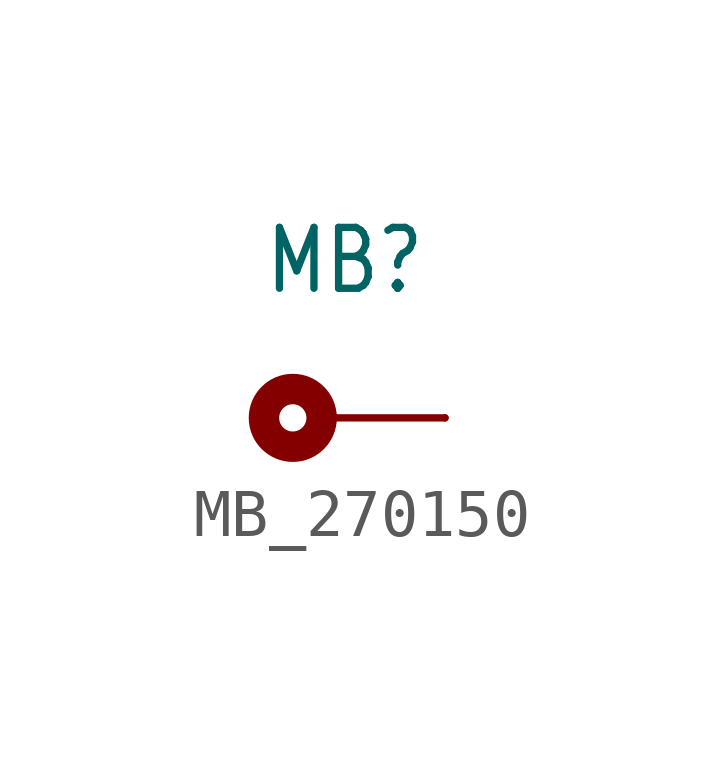
<source format=kicad_sym>
(kicad_symbol_lib
  (version 20201005)
  (generator kicad_symbol_editor)
  (symbol "MB_270150"
    (property "Reference" "MB"
      (at -1.27 2.54 0)
      (effects (font (size 1.27 1.079)) (justify left bottom)))
    (property "ki_locked" ""
      (at 0 0 0)
      (effects (font (size 1.27 1.27))))
    (symbol "MB_270150_1_0"
      (circle (center -0.635 0) (radius 0.635) (stroke (width 0.152)) (fill (type none)))
      (circle (center -0.635 0) (radius 0.284) (stroke (width 0.635)) (fill (type none)))
      (polyline (pts (xy 2.54 0) (xy 0 0)) (stroke (width 0.152)) (fill (type none)))
      (pin passive line (at 2.54 0 180) (length 0) (name "1" (effects (font (size 0 0)))) (number "1" (effects (font (size 0 0))))))))
</source>
